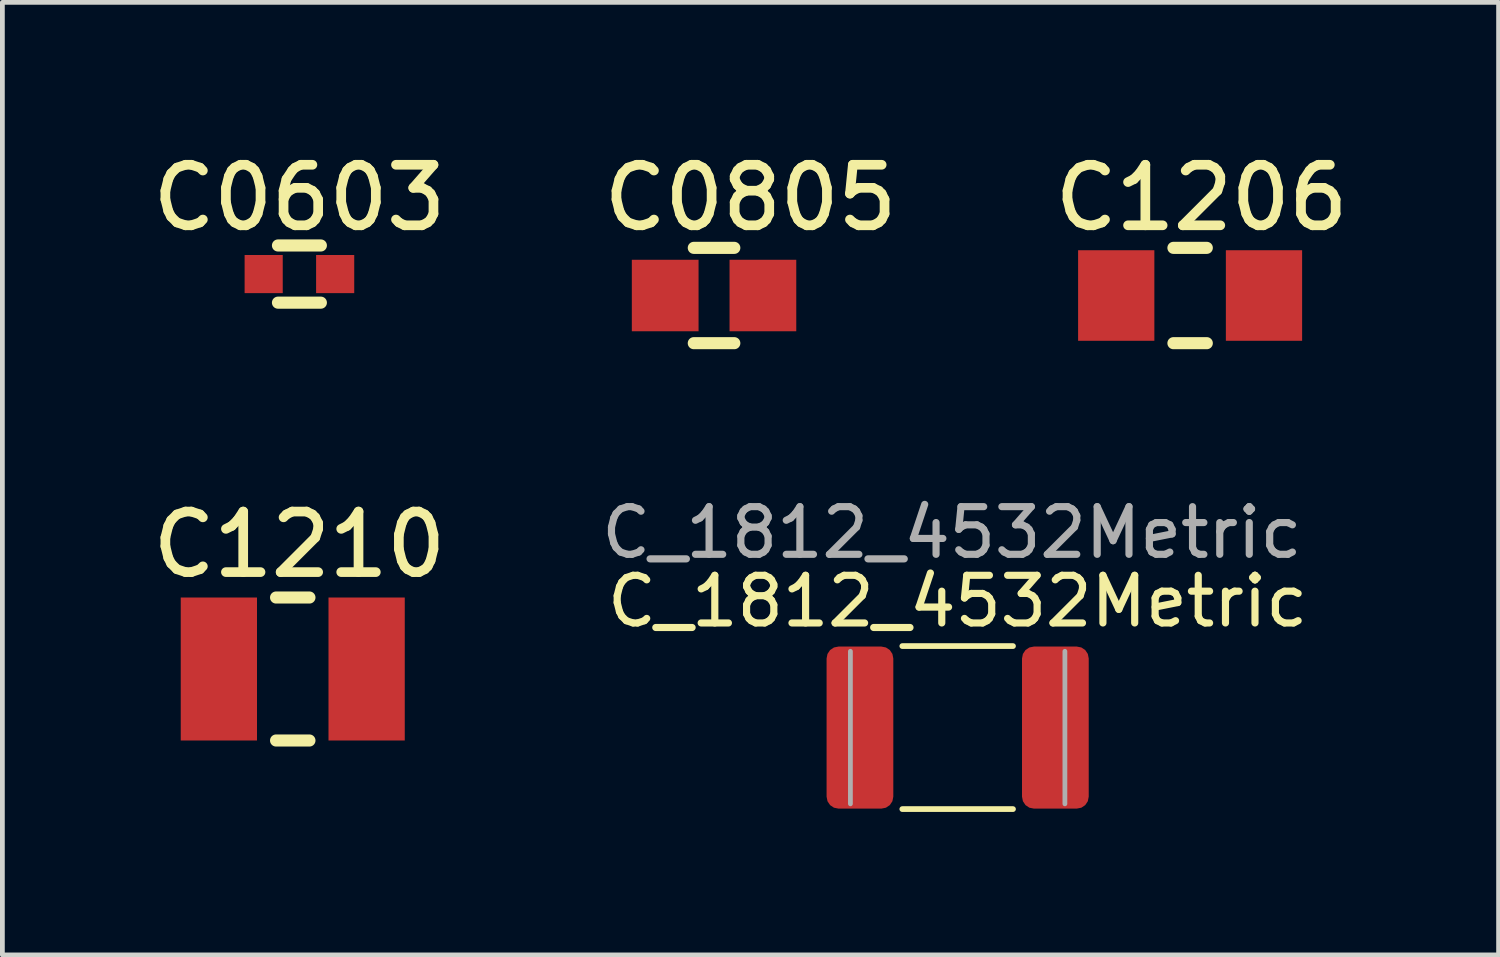
<source format=kicad_pcb>
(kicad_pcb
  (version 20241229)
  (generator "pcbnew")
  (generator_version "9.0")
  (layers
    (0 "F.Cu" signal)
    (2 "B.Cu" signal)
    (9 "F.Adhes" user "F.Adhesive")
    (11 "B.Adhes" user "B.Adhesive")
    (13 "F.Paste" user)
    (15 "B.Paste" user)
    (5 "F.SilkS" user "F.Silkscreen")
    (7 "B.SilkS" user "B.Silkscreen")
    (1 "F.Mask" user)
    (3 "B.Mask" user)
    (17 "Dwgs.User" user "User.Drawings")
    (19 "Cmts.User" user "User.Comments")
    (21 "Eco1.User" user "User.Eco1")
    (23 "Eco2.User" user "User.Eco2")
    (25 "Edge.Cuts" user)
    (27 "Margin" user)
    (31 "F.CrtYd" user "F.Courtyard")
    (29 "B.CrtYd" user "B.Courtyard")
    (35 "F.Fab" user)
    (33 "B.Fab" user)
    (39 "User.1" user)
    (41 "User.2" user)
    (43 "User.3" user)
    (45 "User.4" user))
  (footprint "C_1812_4532Metric"
    (layer "F.Cu")
    (at 17.042 12.215)
    (property "Reference" "C_1812_4532Metric" (at 0 -2.65 0) (layer "F.SilkS") (effects (font (size 1 1) (thickness 0.15))))
    (attr smd)
    (fp_line (start -1.161 -1.71) (end 1.161 -1.71) (stroke (width 0.12) (type solid)) (layer "F.SilkS"))
    (fp_line (start -1.161 1.71) (end 1.161 1.71) (stroke (width 0.12) (type solid)) (layer "F.SilkS"))
    (fp_line (start -2.25 1.6) (end -2.25 -1.6) (stroke (width 0.1) (type solid)) (layer "F.Fab"))
    (fp_line (start 2.25 -1.6) (end 2.25 1.6) (stroke (width 0.1) (type solid)) (layer "F.Fab"))
    (fp_text user "${REFERENCE}" (at -0.12 -4.09 0) (layer "F.Fab") (effects (font (size 1 1) (thickness 0.15))))
    (pad "1" smd roundrect (at -2.05 0) (size 1.4 3.4) (layers "F.Cu" "F.Mask" "F.Paste") (roundrect_rratio 0.179))
    (pad "2" smd roundrect (at 2.05 0) (size 1.4 3.4) (layers "F.Cu" "F.Mask" "F.Paste") (roundrect_rratio 0.179)))
  (footprint "C1210"
    (layer "F.Cu")
    (at 1.542 10.986)
    (property "Reference" "C1210" (at 1.69 -2.61 0) (layer "F.SilkS") (effects (font (size 1.27 1.27) (thickness 0.203))))
    (attr smd)
    (fp_line (start 1.2 -1.5) (end 1.9 -1.5) (stroke (width 0.254) (type solid)) (layer "F.SilkS"))
    (fp_line (start 1.2 1.5) (end 1.9 1.5) (stroke (width 0.254) (type solid)) (layer "F.SilkS"))
    (pad "1" smd rect (at 0 0) (size 1.6 3) (layers "F.Cu" "F.Mask" "F.Paste"))
    (pad "2" smd rect (at 3.1 0) (size 1.6 3) (layers "F.Cu" "F.Mask" "F.Paste")))
  (footprint "C0805"
    (layer "F.Cu")
    (at 10.906 3.15)
    (property "Reference" "C0805" (at 1.79 -2.05 0) (layer "F.SilkS") (effects (font (size 1.27 1.27) (thickness 0.203))))
    (attr smd)
    (fp_line (start 0.6 -1) (end 1.45 -1) (stroke (width 0.254) (type solid)) (layer "F.SilkS"))
    (fp_line (start 0.6 1) (end 1.45 1) (stroke (width 0.254) (type solid)) (layer "F.SilkS"))
    (pad "1" smd rect (at 0 0) (size 1.4 1.5) (layers "F.Cu" "F.Mask" "F.Paste"))
    (pad "2" smd rect (at 2.05 0) (size 1.4 1.5) (layers "F.Cu" "F.Mask" "F.Paste")))
  (footprint "C1206"
    (layer "F.Cu")
    (at 20.369 3.15)
    (property "Reference" "C1206" (at 1.79 -2.05 0) (layer "F.SilkS") (effects (font (size 1.27 1.27) (thickness 0.203))))
    (attr smd)
    (fp_line (start 1.2 -1) (end 1.9 -1) (stroke (width 0.254) (type solid)) (layer "F.SilkS"))
    (fp_line (start 1.2 1) (end 1.9 1) (stroke (width 0.254) (type solid)) (layer "F.SilkS"))
    (pad "1" smd rect (at 0 0) (size 1.6 1.9) (layers "F.Cu" "F.Mask" "F.Paste"))
    (pad "2" smd rect (at 3.1 0) (size 1.6 1.9) (layers "F.Cu" "F.Mask" "F.Paste")))
  (footprint "C0603"
    (layer "F.Cu")
    (at 2.482 2.7)
    (property "Reference" "C0603" (at 0.75 -1.6 0) (layer "F.SilkS") (effects (font (size 1.27 1.27) (thickness 0.203))))
    (attr smd)
    (fp_line (start 0.3 -0.6) (end 1.2 -0.6) (stroke (width 0.254) (type solid)) (layer "F.SilkS"))
    (fp_line (start 0.3 0.6) (end 1.2 0.6) (stroke (width 0.254) (type solid)) (layer "F.SilkS"))
    (pad "1" smd rect (at 0 0) (size 0.8 0.8) (layers "F.Cu" "F.Mask" "F.Paste"))
    (pad "2" smd rect (at 1.5 0) (size 0.8 0.8) (layers "F.Cu" "F.Mask" "F.Paste")))
  (gr_rect
    (start -3 -3)
    (end 28.391 16.985)
    (stroke (width 0.1) (type default))
    (fill no)
    (layer "Edge.Cuts")))
</source>
